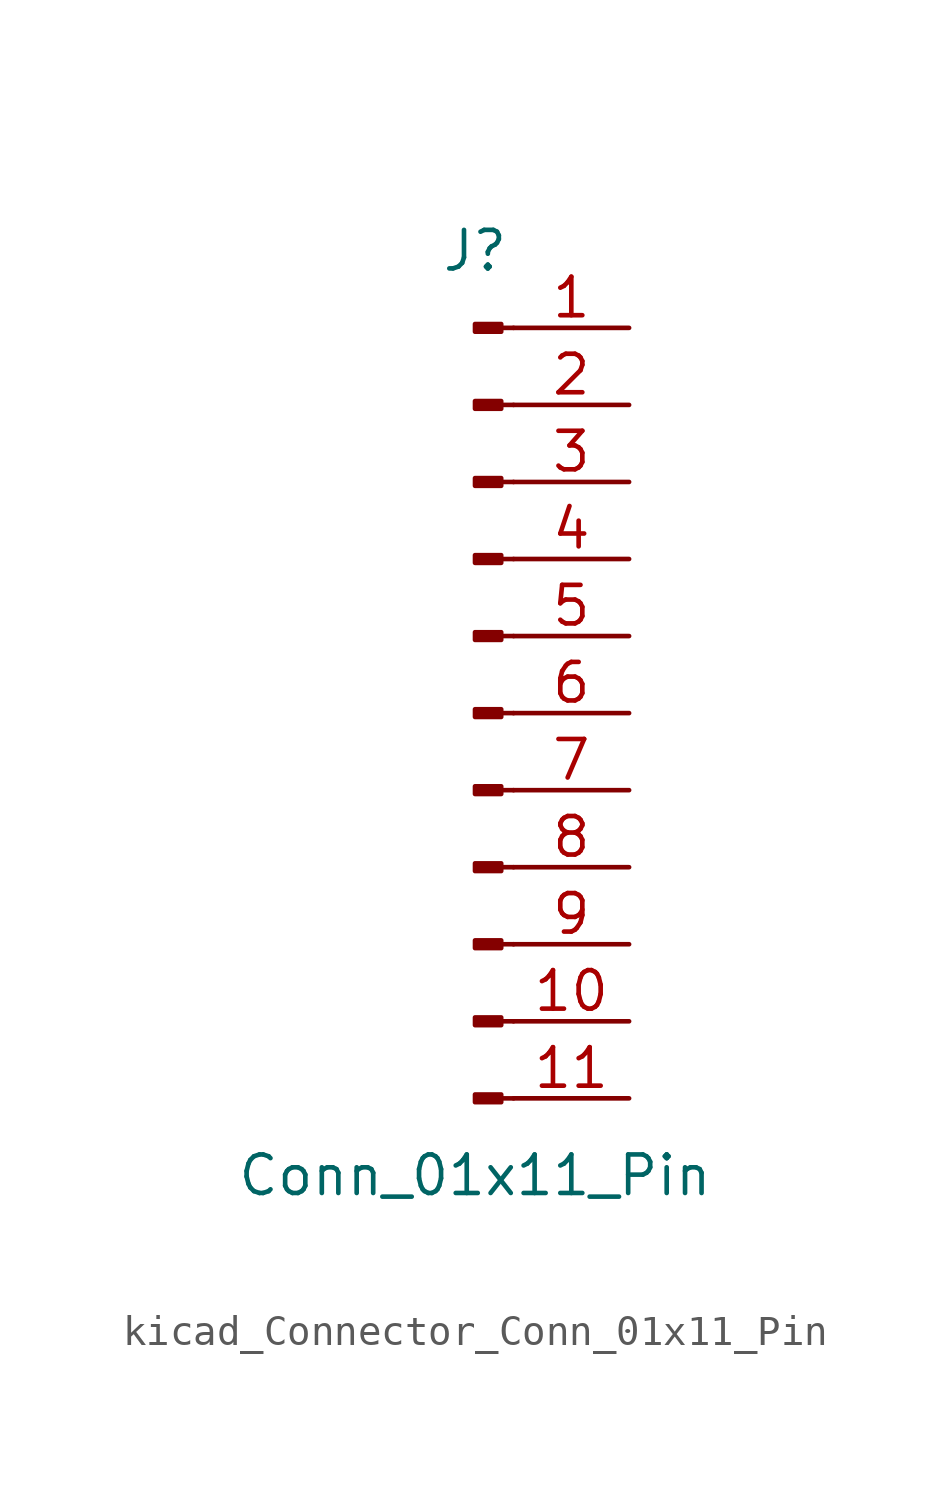
<source format=kicad_sym>
(kicad_symbol_lib
  (version 20220914)
  (generator kicad_symbol_editor)
  (symbol "kicad_Connector_Conn_01x11_Pin"
    (pin_names
      (offset 1.016) hide)
    (property "Reference" "J"
      (at 0 15.24 0)
      (effects (font (size 1.27 1.27))))
    (property "Value" "Conn_01x11_Pin"
      (at 0 -15.24 0)
      (effects (font (size 1.27 1.27))))
    (property "ki_locked" ""
      (at 0 0 0)
      (effects (font (size 1.27 1.27))))
    (symbol "kicad_Connector_Conn_01x11_Pin_1_1"
      (polyline (pts (xy 1.27 -12.7) (xy 0.864 -12.7)) (stroke (width 0.152) (type default)) (fill (type none)))
      (polyline (pts (xy 1.27 -10.16) (xy 0.864 -10.16)) (stroke (width 0.152) (type default)) (fill (type none)))
      (polyline (pts (xy 1.27 -7.62) (xy 0.864 -7.62)) (stroke (width 0.152) (type default)) (fill (type none)))
      (polyline (pts (xy 1.27 -5.08) (xy 0.864 -5.08)) (stroke (width 0.152) (type default)) (fill (type none)))
      (polyline (pts (xy 1.27 -2.54) (xy 0.864 -2.54)) (stroke (width 0.152) (type default)) (fill (type none)))
      (polyline (pts (xy 1.27 0) (xy 0.864 0)) (stroke (width 0.152) (type default)) (fill (type none)))
      (polyline (pts (xy 1.27 2.54) (xy 0.864 2.54)) (stroke (width 0.152) (type default)) (fill (type none)))
      (polyline (pts (xy 1.27 5.08) (xy 0.864 5.08)) (stroke (width 0.152) (type default)) (fill (type none)))
      (polyline (pts (xy 1.27 7.62) (xy 0.864 7.62)) (stroke (width 0.152) (type default)) (fill (type none)))
      (polyline (pts (xy 1.27 10.16) (xy 0.864 10.16)) (stroke (width 0.152) (type default)) (fill (type none)))
      (polyline (pts (xy 1.27 12.7) (xy 0.864 12.7)) (stroke (width 0.152) (type default)) (fill (type none)))
      (rectangle (start 0.864 -12.573) (end 0 -12.827) (stroke (width 0.152) (type default)) (fill (type outline)))
      (rectangle (start 0.864 -10.033) (end 0 -10.287) (stroke (width 0.152) (type default)) (fill (type outline)))
      (rectangle (start 0.864 -7.493) (end 0 -7.747) (stroke (width 0.152) (type default)) (fill (type outline)))
      (rectangle (start 0.864 -4.953) (end 0 -5.207) (stroke (width 0.152) (type default)) (fill (type outline)))
      (rectangle (start 0.864 -2.413) (end 0 -2.667) (stroke (width 0.152) (type default)) (fill (type outline)))
      (rectangle (start 0.864 0.127) (end 0 -0.127) (stroke (width 0.152) (type default)) (fill (type outline)))
      (rectangle (start 0.864 2.667) (end 0 2.413) (stroke (width 0.152) (type default)) (fill (type outline)))
      (rectangle (start 0.864 5.207) (end 0 4.953) (stroke (width 0.152) (type default)) (fill (type outline)))
      (rectangle (start 0.864 7.747) (end 0 7.493) (stroke (width 0.152) (type default)) (fill (type outline)))
      (rectangle (start 0.864 10.287) (end 0 10.033) (stroke (width 0.152) (type default)) (fill (type outline)))
      (rectangle (start 0.864 12.827) (end 0 12.573) (stroke (width 0.152) (type default)) (fill (type outline)))
      (pin passive line (at 5.08 12.7 180) (length 3.81) (name "Pin_1" (effects (font (size 1.27 1.27)))) (number "1" (effects (font (size 1.27 1.27)))))
      (pin passive line (at 5.08 -10.16 180) (length 3.81) (name "Pin_10" (effects (font (size 1.27 1.27)))) (number "10" (effects (font (size 1.27 1.27)))))
      (pin passive line (at 5.08 -12.7 180) (length 3.81) (name "Pin_11" (effects (font (size 1.27 1.27)))) (number "11" (effects (font (size 1.27 1.27)))))
      (pin passive line (at 5.08 10.16 180) (length 3.81) (name "Pin_2" (effects (font (size 1.27 1.27)))) (number "2" (effects (font (size 1.27 1.27)))))
      (pin passive line (at 5.08 7.62 180) (length 3.81) (name "Pin_3" (effects (font (size 1.27 1.27)))) (number "3" (effects (font (size 1.27 1.27)))))
      (pin passive line (at 5.08 5.08 180) (length 3.81) (name "Pin_4" (effects (font (size 1.27 1.27)))) (number "4" (effects (font (size 1.27 1.27)))))
      (pin passive line (at 5.08 2.54 180) (length 3.81) (name "Pin_5" (effects (font (size 1.27 1.27)))) (number "5" (effects (font (size 1.27 1.27)))))
      (pin passive line (at 5.08 0 180) (length 3.81) (name "Pin_6" (effects (font (size 1.27 1.27)))) (number "6" (effects (font (size 1.27 1.27)))))
      (pin passive line (at 5.08 -2.54 180) (length 3.81) (name "Pin_7" (effects (font (size 1.27 1.27)))) (number "7" (effects (font (size 1.27 1.27)))))
      (pin passive line (at 5.08 -5.08 180) (length 3.81) (name "Pin_8" (effects (font (size 1.27 1.27)))) (number "8" (effects (font (size 1.27 1.27)))))
      (pin passive line (at 5.08 -7.62 180) (length 3.81) (name "Pin_9" (effects (font (size 1.27 1.27)))) (number "9" (effects (font (size 1.27 1.27))))))))
</source>
